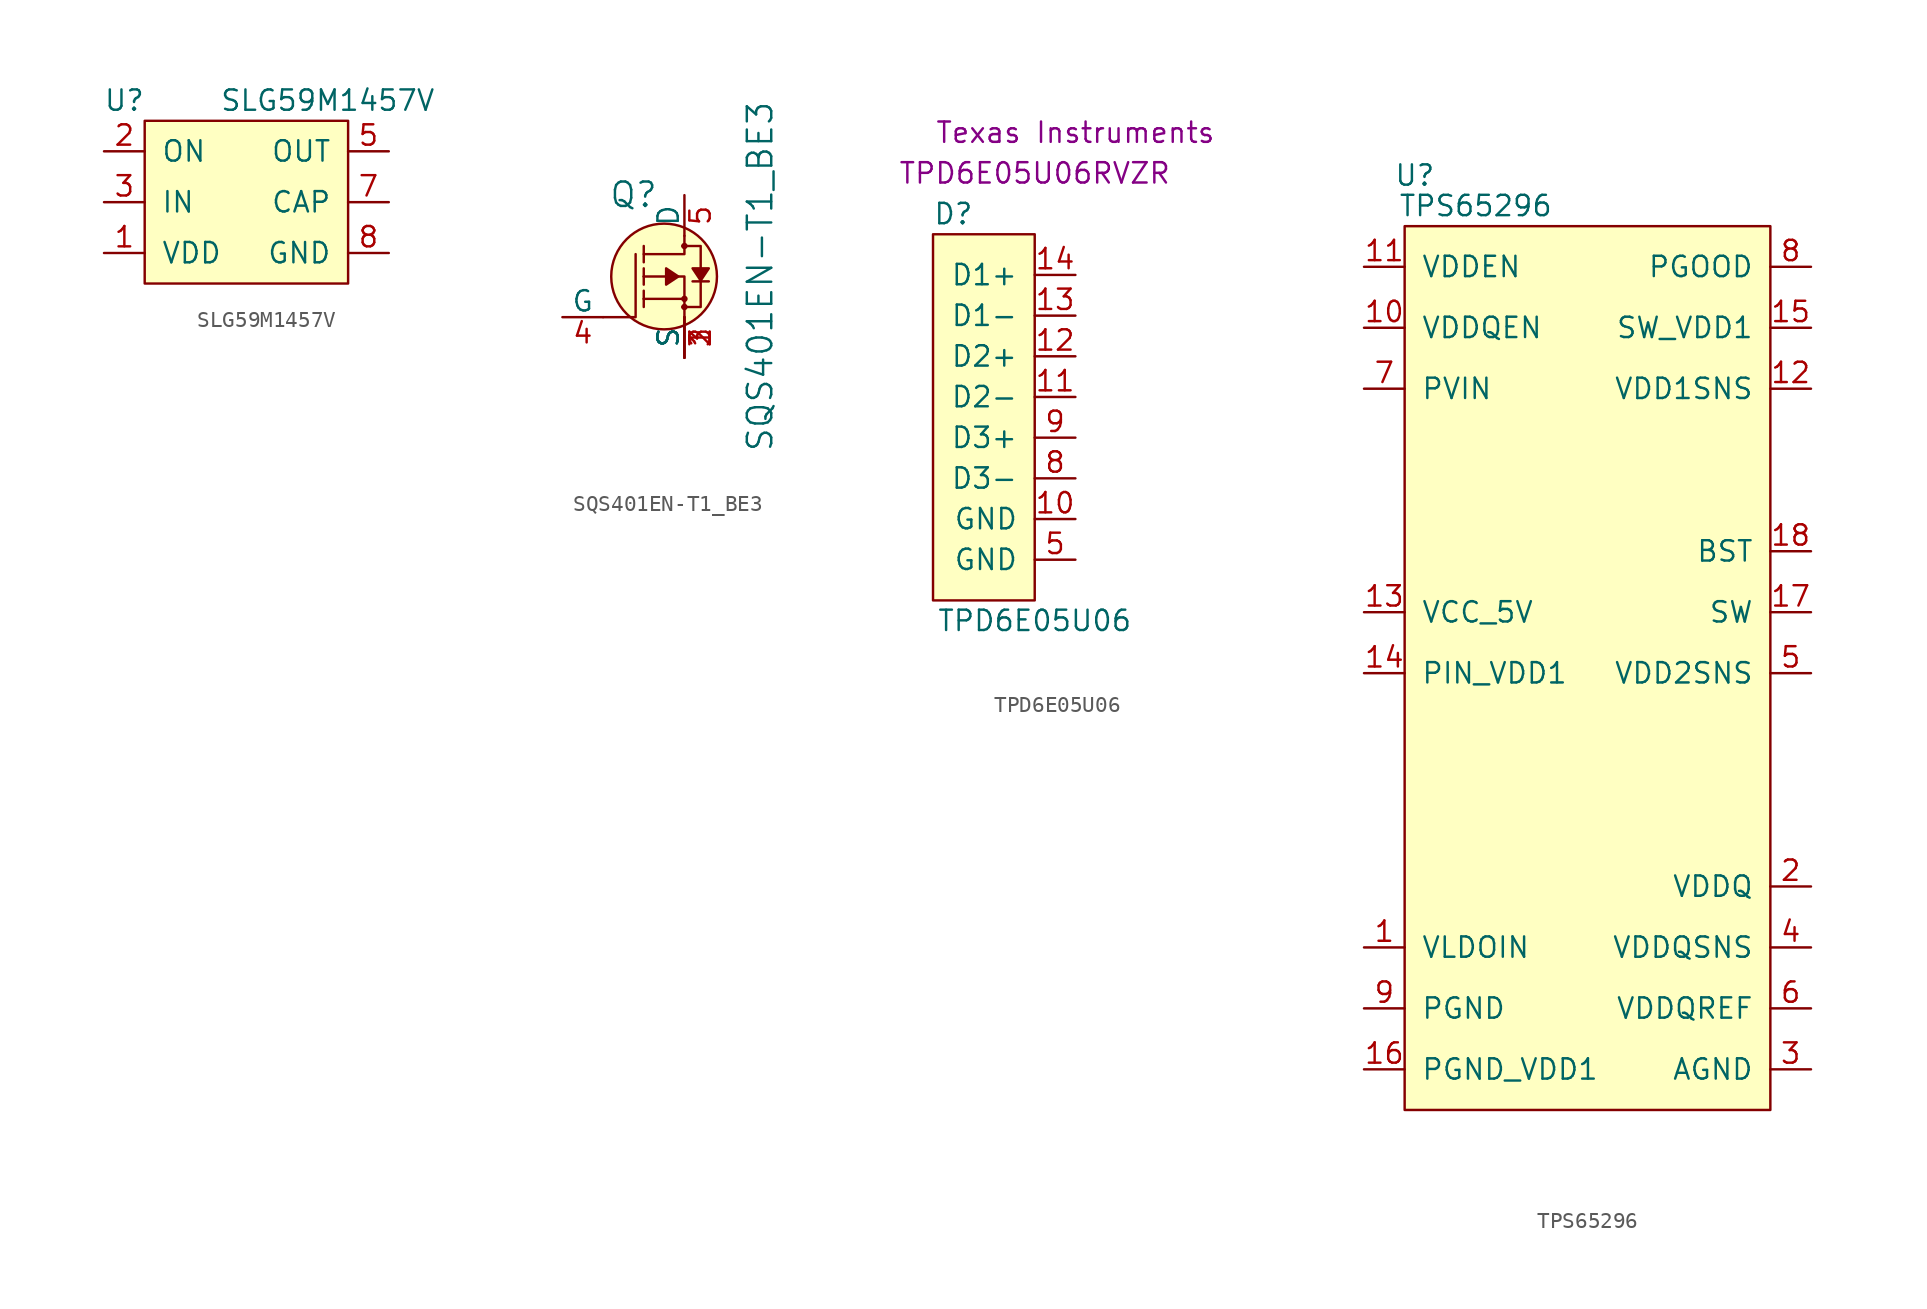
<source format=kicad_sym>
(kicad_symbol_lib
  (version 20211014)
  (generator kicad_symbol_editor)
  (symbol "SLG59M1457V"
    (pin_names
      (offset 1.016))
    (property "Reference" "U"
      (at -7.62 6.35 0)
      (effects (font (size 1.27 1.27))))
    (property "Value" "SLG59M1457V"
      (at 5.08 6.35 0)
      (effects (font (size 1.27 1.27))))
    (symbol "SLG59M1457V_0_0"
      (pin input line (at 8.89 0 180) (length 2.54) (name "CAP" (effects (font (size 1.27 1.27)))) (number "7" (effects (font (size 1.27 1.27)))))
      (pin passive line (at 8.89 -3.175 180) (length 2.54) (name "GND" (effects (font (size 1.27 1.27)))) (number "8" (effects (font (size 1.27 1.27))))))
    (symbol "SLG59M1457V_1_1"
      (rectangle (start -6.35 5.08) (end 6.35 -5.08) (stroke (width 0.152) (type default) (color 0 0 0 0)) (fill (type background)))
      (pin power_in line (at -8.89 -3.175 0) (length 2.54) (name "VDD" (effects (font (size 1.27 1.27)))) (number "1" (effects (font (size 1.27 1.27)))))
      (pin input line (at -8.89 3.175 0) (length 2.54) (name "ON" (effects (font (size 1.27 1.27)))) (number "2" (effects (font (size 1.27 1.27)))))
      (pin power_in line (at -8.89 0 0) (length 2.54) (name "IN" (effects (font (size 1.27 1.27)))) (number "3" (effects (font (size 1.27 1.27)))))
      (pin power_out line (at 8.89 3.175 180) (length 2.54) (name "OUT" (effects (font (size 1.27 1.27)))) (number "5" (effects (font (size 1.27 1.27)))))))
  (symbol "SQS401EN-T1_BE3"
    (pin_names
      (offset 0))
    (property "Reference" "Q"
      (at -1.626 5.105 0)
      (effects (font (size 1.524 1.524)) (justify right)))
    (property "Value" "SQS401EN-T1_BE3"
      (at 4.724 0 90)
      (effects (font (size 1.524 1.524))))
    (symbol "SQS401EN-T1_BE3_1_1"
      (circle (center -1.27 0) (radius 3.302) (stroke (width 0) (type default) (color 0 0 0 0)) (fill (type background)))
      (circle (center 0 -1.905) (radius 0.127) (stroke (width 0) (type default) (color 0 0 0 0)) (fill (type none)))
      (circle (center 0 -1.397) (radius 0.127) (stroke (width 0) (type default) (color 0 0 0 0)) (fill (type none)))
      (polyline (pts (xy -2.54 -1.397) (xy -2.54 -1.905)) (stroke (width 0) (type default) (color 0 0 0 0)) (fill (type none)))
      (polyline (pts (xy -2.54 -1.397) (xy -2.54 -0.889)) (stroke (width 0) (type default) (color 0 0 0 0)) (fill (type none)))
      (polyline (pts (xy -2.54 0) (xy -2.54 -0.508)) (stroke (width 0) (type default) (color 0 0 0 0)) (fill (type none)))
      (polyline (pts (xy -2.54 0) (xy -2.54 0.508)) (stroke (width 0) (type default) (color 0 0 0 0)) (fill (type none)))
      (polyline (pts (xy -2.54 1.905) (xy -2.54 0.889)) (stroke (width 0) (type default) (color 0 0 0 0)) (fill (type none)))
      (polyline (pts (xy 0 -1.397) (xy -2.54 -1.397)) (stroke (width 0) (type default) (color 0 0 0 0)) (fill (type none)))
      (polyline (pts (xy 1.524 -0.305) (xy 0.508 -0.305)) (stroke (width 0) (type default) (color 0 0 0 0)) (fill (type none)))
      (polyline (pts (xy -5.08 -2.54) (xy -3.048 -2.54) (xy -3.048 1.397)) (stroke (width 0) (type default) (color 0 0 0 0)) (fill (type none)))
      (polyline (pts (xy 0 -2.54) (xy 0 0) (xy -2.54 0)) (stroke (width 0) (type default) (color 0 0 0 0)) (fill (type none)))
      (polyline (pts (xy 0 2.54) (xy 0 1.397) (xy -2.54 1.397)) (stroke (width 0) (type default) (color 0 0 0 0)) (fill (type none)))
      (polyline (pts (xy -0.381 0) (xy -1.143 0.508) (xy -1.143 -0.508) (xy -0.381 0)) (stroke (width 0) (type default) (color 0 0 0 0)) (fill (type outline)))
      (polyline (pts (xy 1.016 -0.254) (xy 0.508 0.508) (xy 1.524 0.508) (xy 1.016 -0.254)) (stroke (width 0) (type default) (color 0 0 0 0)) (fill (type outline)))
      (polyline (pts (xy -0.127 -1.905) (xy 1.016 -1.905) (xy 1.016 1.397) (xy 1.016 1.905) (xy -0.127 1.905)) (stroke (width 0) (type default) (color 0 0 0 0)) (fill (type none)))
      (circle (center 0 1.905) (radius 0.127) (stroke (width 0) (type default) (color 0 0 0 0)) (fill (type none)))
      (pin bidirectional line (at 0 -5.08 90) (length 2.54) (name "S" (effects (font (size 1.27 1.27)))) (number "1" (effects (font (size 1.27 1.27)))))
      (pin bidirectional line (at 0 -5.08 90) (length 2.54) (name "S" (effects (font (size 1.27 1.27)))) (number "2" (effects (font (size 1.27 1.27)))))
      (pin bidirectional line (at 0 -5.08 90) (length 2.54) (name "S" (effects (font (size 1.27 1.27)))) (number "3" (effects (font (size 1.27 1.27)))))
      (pin bidirectional line (at -7.62 -2.54 0) (length 2.54) (name "G" (effects (font (size 1.27 1.27)))) (number "4" (effects (font (size 1.27 1.27)))))
      (pin bidirectional line (at 0 5.08 270) (length 2.54) (name "D" (effects (font (size 1.27 1.27)))) (number "5" (effects (font (size 1.27 1.27)))))))
  (symbol "TPD6E05U06"
    (pin_names
      (offset 1.016))
    (property "Reference" "D"
      (at -1.27 7.62 0)
      (effects (font (size 1.27 1.27))))
    (property "Value" "TPD6E05U06"
      (at 3.81 -17.78 0)
      (effects (font (size 1.27 1.27))))
    (property "MPN" "TPD6E05U06RVZR"
      (at 3.81 10.16 0)
      (effects (font (size 1.27 1.27))))
    (property "Manufacturer" "Texas Instruments"
      (at 6.35 12.7 0)
      (effects (font (size 1.27 1.27))))
    (symbol "TPD6E05U06_0_1"
      (rectangle (start 3.81 -16.51) (end -2.54 6.35) (stroke (width 0) (type default) (color 0 0 0 0)) (fill (type background))))
    (symbol "TPD6E05U06_1_1"
      (pin passive line (at 6.35 -11.43 180) (length 2.54) (name "GND" (effects (font (size 1.27 1.27)))) (number "10" (effects (font (size 1.27 1.27)))))
      (pin passive line (at 6.35 -3.81 180) (length 2.54) (name "D2-" (effects (font (size 1.27 1.27)))) (number "11" (effects (font (size 1.27 1.27)))))
      (pin passive line (at 6.35 -1.27 180) (length 2.54) (name "D2+" (effects (font (size 1.27 1.27)))) (number "12" (effects (font (size 1.27 1.27)))))
      (pin passive line (at 6.35 1.27 180) (length 2.54) (name "D1-" (effects (font (size 1.27 1.27)))) (number "13" (effects (font (size 1.27 1.27)))))
      (pin passive line (at 6.35 3.81 180) (length 2.54) (name "D1+" (effects (font (size 1.27 1.27)))) (number "14" (effects (font (size 1.27 1.27)))))
      (pin passive line (at 6.35 -13.97 180) (length 2.54) (name "GND" (effects (font (size 1.27 1.27)))) (number "5" (effects (font (size 1.27 1.27)))))
      (pin passive line (at 6.35 -8.89 180) (length 2.54) (name "D3-" (effects (font (size 1.27 1.27)))) (number "8" (effects (font (size 1.27 1.27)))))
      (pin passive line (at 6.35 -6.35 180) (length 2.54) (name "D3+" (effects (font (size 1.27 1.27)))) (number "9" (effects (font (size 1.27 1.27)))))))
  (symbol "TPS65296"
    (pin_names
      (offset 1.016))
    (property "Reference" "U"
      (at 0.635 3.175 0)
      (effects (font (size 1.27 1.27))))
    (property "Value" "TPS65296"
      (at 4.445 1.27 0)
      (effects (font (size 1.27 1.27))))
    (symbol "TPS65296_0_1"
      (rectangle (start 0 0) (end 22.86 -55.245) (stroke (width 0) (type default) (color 0 0 0 0)) (fill (type background))))
    (symbol "TPS65296_1_1"
      (pin input line (at -2.54 -45.085 0) (length 2.54) (name "VLDOIN" (effects (font (size 1.27 1.27)))) (number "1" (effects (font (size 1.27 1.27)))))
      (pin input line (at -2.54 -6.35 0) (length 2.54) (name "VDDQEN" (effects (font (size 1.27 1.27)))) (number "10" (effects (font (size 1.27 1.27)))))
      (pin input line (at -2.54 -2.54 0) (length 2.54) (name "VDDEN" (effects (font (size 1.27 1.27)))) (number "11" (effects (font (size 1.27 1.27)))))
      (pin input line (at 25.4 -10.16 180) (length 2.54) (name "VDD1SNS" (effects (font (size 1.27 1.27)))) (number "12" (effects (font (size 1.27 1.27)))))
      (pin input line (at -2.54 -24.13 0) (length 2.54) (name "VCC_5V" (effects (font (size 1.27 1.27)))) (number "13" (effects (font (size 1.27 1.27)))))
      (pin input line (at -2.54 -27.94 0) (length 2.54) (name "PIN_VDD1" (effects (font (size 1.27 1.27)))) (number "14" (effects (font (size 1.27 1.27)))))
      (pin input line (at 25.4 -6.35 180) (length 2.54) (name "SW_VDD1" (effects (font (size 1.27 1.27)))) (number "15" (effects (font (size 1.27 1.27)))))
      (pin input line (at -2.54 -52.705 0) (length 2.54) (name "PGND_VDD1" (effects (font (size 1.27 1.27)))) (number "16" (effects (font (size 1.27 1.27)))))
      (pin input line (at 25.4 -24.13 180) (length 2.54) (name "SW" (effects (font (size 1.27 1.27)))) (number "17" (effects (font (size 1.27 1.27)))))
      (pin input line (at 25.4 -20.32 180) (length 2.54) (name "BST" (effects (font (size 1.27 1.27)))) (number "18" (effects (font (size 1.27 1.27)))))
      (pin input line (at 25.4 -41.275 180) (length 2.54) (name "VDDQ" (effects (font (size 1.27 1.27)))) (number "2" (effects (font (size 1.27 1.27)))))
      (pin input line (at 25.4 -52.705 180) (length 2.54) (name "AGND" (effects (font (size 1.27 1.27)))) (number "3" (effects (font (size 1.27 1.27)))))
      (pin input line (at 25.4 -45.085 180) (length 2.54) (name "VDDQSNS" (effects (font (size 1.27 1.27)))) (number "4" (effects (font (size 1.27 1.27)))))
      (pin input line (at 25.4 -27.94 180) (length 2.54) (name "VDD2SNS" (effects (font (size 1.27 1.27)))) (number "5" (effects (font (size 1.27 1.27)))))
      (pin input line (at 25.4 -48.895 180) (length 2.54) (name "VDDQREF" (effects (font (size 1.27 1.27)))) (number "6" (effects (font (size 1.27 1.27)))))
      (pin input line (at -2.54 -10.16 0) (length 2.54) (name "PVIN" (effects (font (size 1.27 1.27)))) (number "7" (effects (font (size 1.27 1.27)))))
      (pin input line (at 25.4 -2.54 180) (length 2.54) (name "PGOOD" (effects (font (size 1.27 1.27)))) (number "8" (effects (font (size 1.27 1.27)))))
      (pin input line (at -2.54 -48.895 0) (length 2.54) (name "PGND" (effects (font (size 1.27 1.27)))) (number "9" (effects (font (size 1.27 1.27))))))))
</source>
